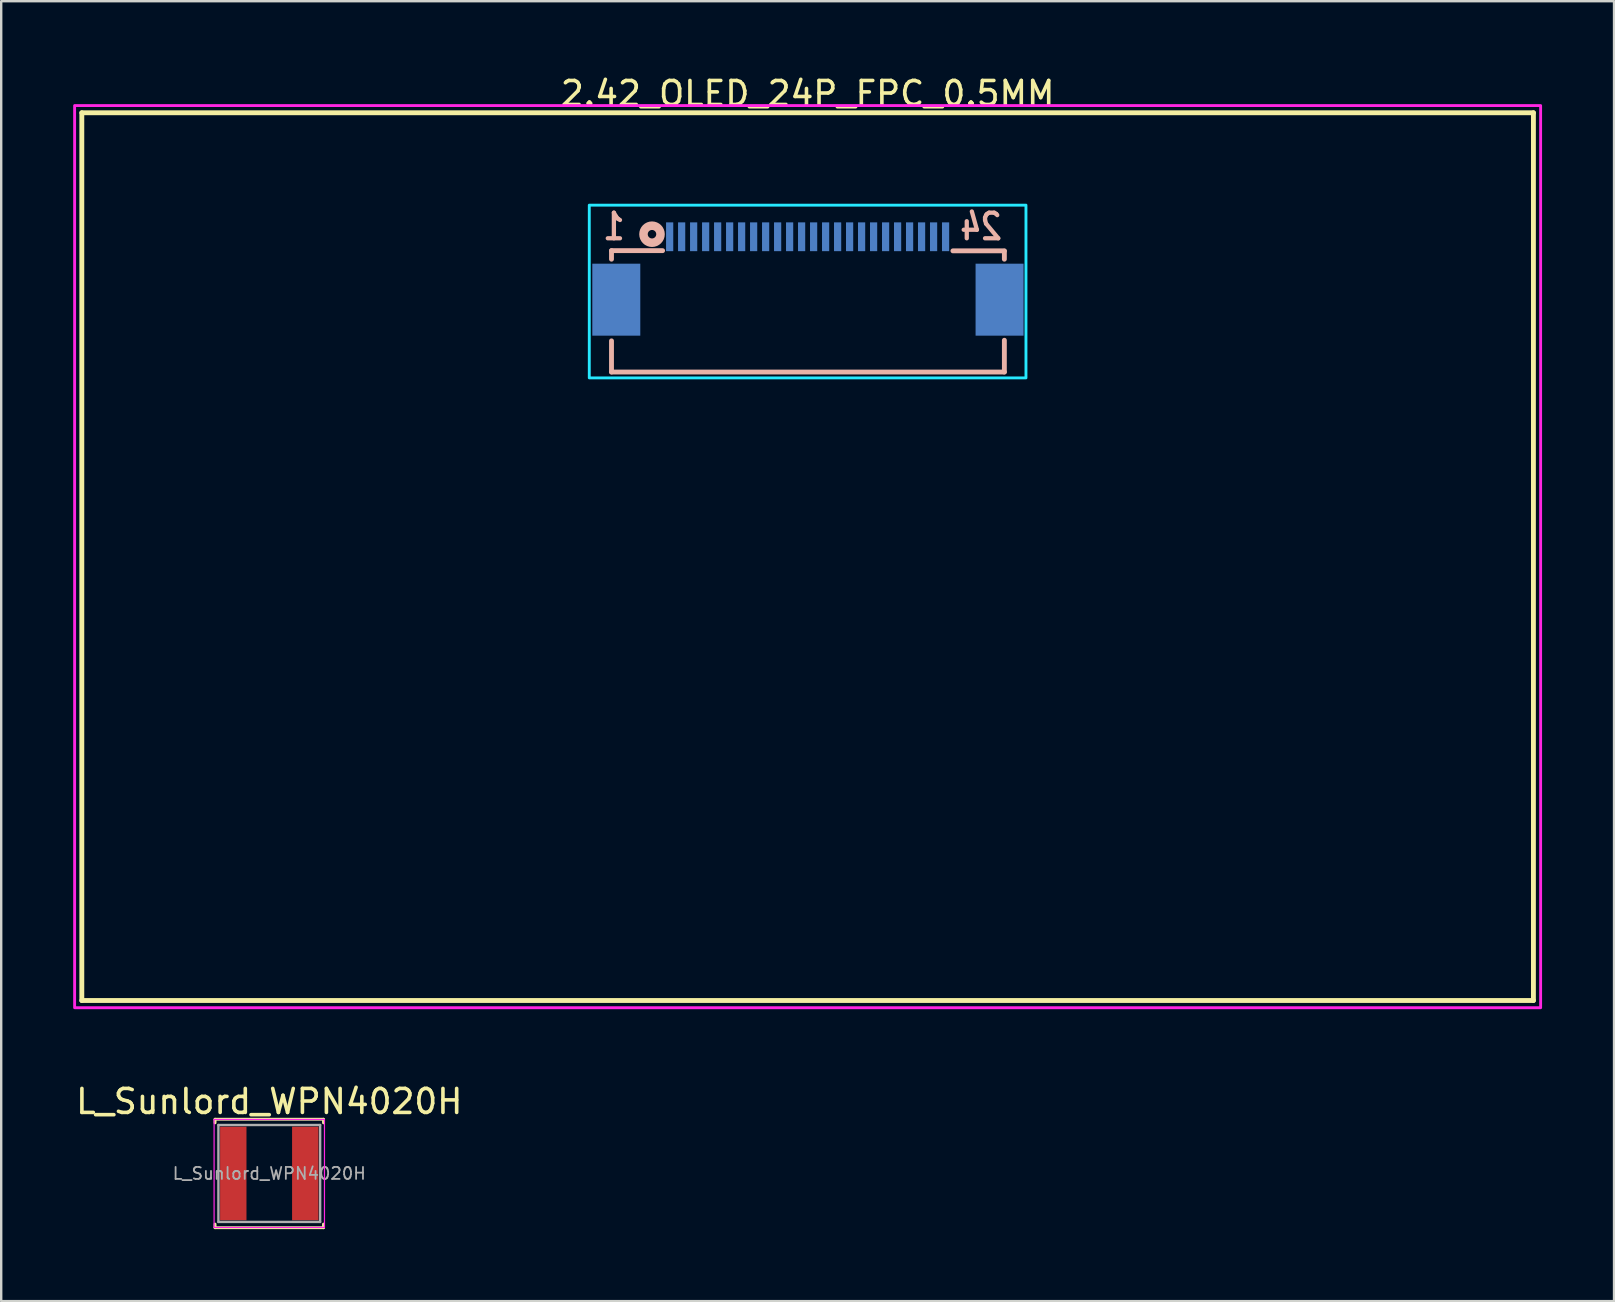
<source format=kicad_pcb>
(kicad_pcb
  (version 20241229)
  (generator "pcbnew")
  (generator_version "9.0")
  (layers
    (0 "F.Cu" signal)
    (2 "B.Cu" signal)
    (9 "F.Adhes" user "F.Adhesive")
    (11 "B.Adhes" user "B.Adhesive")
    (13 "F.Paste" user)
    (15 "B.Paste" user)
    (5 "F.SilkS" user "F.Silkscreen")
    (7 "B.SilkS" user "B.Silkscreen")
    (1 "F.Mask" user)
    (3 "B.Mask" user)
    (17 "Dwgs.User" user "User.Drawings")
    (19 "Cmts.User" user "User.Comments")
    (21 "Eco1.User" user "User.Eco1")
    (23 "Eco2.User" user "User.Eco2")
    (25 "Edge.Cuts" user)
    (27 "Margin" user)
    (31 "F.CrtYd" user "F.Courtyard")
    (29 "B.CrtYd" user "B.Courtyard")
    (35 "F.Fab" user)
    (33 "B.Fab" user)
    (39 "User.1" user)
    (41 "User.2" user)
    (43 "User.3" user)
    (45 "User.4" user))
  (footprint "2.42_OLED_24P_FPC_0.5MM"
    (layer "F.Cu")
    (at 30.61 20.15)
    (property "Reference" "2.42_OLED_24P_FPC_0.5MM" (at -0.000005 -19.302 0) (layer "F.SilkS") (effects (font (size 1 1) (thickness 0.15))))
    (fp_line (start -30.25 -18.5) (end 30.25 -18.5) (stroke (width 0.203) (type solid)) (layer "F.SilkS"))
    (fp_line (start -30.25 18.5) (end -30.25 -18.5) (stroke (width 0.203) (type solid)) (layer "F.SilkS"))
    (fp_line (start -30.25 18.5) (end 30.25 18.5) (stroke (width 0.203) (type solid)) (layer "F.SilkS"))
    (fp_line (start 30.25 18.5) (end 30.25 -18.5) (stroke (width 0.203) (type solid)) (layer "F.SilkS"))
    (fp_line (start -8.174 -12.753) (end -6.044 -12.753) (stroke (width 0.203) (type solid)) (layer "B.SilkS"))
    (fp_line (start -8.174 -12.397) (end -8.174 -12.753) (stroke (width 0.203) (type solid)) (layer "B.SilkS"))
    (fp_line (start -8.174 -7.695) (end -8.174 -8.994) (stroke (width 0.203) (type solid)) (layer "B.SilkS"))
    (fp_line (start -8.174 -7.695) (end 8.2 -7.695) (stroke (width 0.203) (type solid)) (layer "B.SilkS"))
    (fp_line (start 6.055 -12.745) (end 8.2 -12.745) (stroke (width 0.203) (type solid)) (layer "B.SilkS"))
    (fp_line (start 8.189 -12.745) (end 8.2 -12.733) (stroke (width 0.127) (type solid)) (layer "B.SilkS"))
    (fp_line (start 8.2 -12.397) (end 8.2 -12.733) (stroke (width 0.203) (type solid)) (layer "B.SilkS"))
    (fp_line (start 8.2 -7.695) (end 8.2 -9.019) (stroke (width 0.203) (type solid)) (layer "B.SilkS"))
    (fp_circle (center -6.486 -13.439) (end -6.486 -13.616) (stroke (width 0.356) (type solid)) (fill no) (layer "B.SilkS"))
    (fp_rect (start -9.1 -14.65) (end 9.1 -7.45) (stroke (width 0.12) (type default)) (fill no) (layer "B.CrtYd"))
    (fp_rect (start -30.55 -18.8) (end 30.55 18.8) (stroke (width 0.12) (type default)) (fill no) (layer "F.CrtYd"))
    (fp_line (start -27.5 -2.685) (end 27.5 -2.685) (stroke (width 0.12) (type default)) (layer "User.1"))
    (fp_line (start 0 -16.43) (end 0 -2.685) (stroke (width 0.12) (type default)) (layer "User.1"))
    (fp_rect (start -27.5 -16.43) (end 27.5 11.06) (stroke (width 0.12) (type default)) (fill no) (layer "User.1"))
    (fp_text user "1" (at -7.534 -13.129 0) (unlocked yes) (layer "B.SilkS") (effects (font (size 1.067 0.889) (thickness 0.178)) (justify left bottom mirror)))
    (fp_text user "24" (at 8.189 -13.129 0) (unlocked yes) (layer "B.SilkS") (effects (font (size 1.067 0.889) (thickness 0.178)) (justify left bottom mirror)))
    (fp_text user "AA CENTER" (at 0 -2.07 0) (unlocked yes) (layer "User.1") (effects (font (size 1 1) (thickness 0.15)) (justify top)))
    (pad "1" smd rect (at -5.75 -13.332 180) (size 0.3 1.2) (layers "B.Cu" "B.Mask" "B.Paste"))
    (pad "2" smd rect (at -5.25 -13.332 180) (size 0.3 1.2) (layers "B.Cu" "B.Mask" "B.Paste"))
    (pad "3" smd rect (at -4.75 -13.332 180) (size 0.3 1.2) (layers "B.Cu" "B.Mask" "B.Paste"))
    (pad "4" smd rect (at -4.25 -13.332 180) (size 0.3 1.2) (layers "B.Cu" "B.Mask" "B.Paste"))
    (pad "5" smd rect (at -3.75 -13.332 180) (size 0.3 1.2) (layers "B.Cu" "B.Mask" "B.Paste"))
    (pad "6" smd rect (at -3.25 -13.332 180) (size 0.3 1.2) (layers "B.Cu" "B.Mask" "B.Paste"))
    (pad "7" smd rect (at -2.75 -13.332 180) (size 0.3 1.2) (layers "B.Cu" "B.Mask" "B.Paste"))
    (pad "8" smd rect (at -2.25 -13.332 180) (size 0.3 1.2) (layers "B.Cu" "B.Mask" "B.Paste"))
    (pad "9" smd rect (at -1.75 -13.332 180) (size 0.3 1.2) (layers "B.Cu" "B.Mask" "B.Paste"))
    (pad "10" smd rect (at -1.25 -13.332 180) (size 0.3 1.2) (layers "B.Cu" "B.Mask" "B.Paste"))
    (pad "11" smd rect (at -0.75 -13.332 180) (size 0.3 1.2) (layers "B.Cu" "B.Mask" "B.Paste"))
    (pad "12" smd rect (at -0.25 -13.332 180) (size 0.3 1.2) (layers "B.Cu" "B.Mask" "B.Paste"))
    (pad "13" smd rect (at 0.25 -13.332 180) (size 0.3 1.2) (layers "B.Cu" "B.Mask" "B.Paste"))
    (pad "14" smd rect (at 0.75 -13.332 180) (size 0.3 1.2) (layers "B.Cu" "B.Mask" "B.Paste"))
    (pad "15" smd rect (at 1.25 -13.332 180) (size 0.3 1.2) (layers "B.Cu" "B.Mask" "B.Paste"))
    (pad "16" smd rect (at 1.75 -13.332 180) (size 0.3 1.2) (layers "B.Cu" "B.Mask" "B.Paste"))
    (pad "17" smd rect (at 2.25 -13.332 180) (size 0.3 1.2) (layers "B.Cu" "B.Mask" "B.Paste"))
    (pad "18" smd rect (at 2.75 -13.332 180) (size 0.3 1.2) (layers "B.Cu" "B.Mask" "B.Paste"))
    (pad "19" smd rect (at 3.25 -13.332 180) (size 0.3 1.2) (layers "B.Cu" "B.Mask" "B.Paste"))
    (pad "20" smd rect (at 3.75 -13.332 180) (size 0.3 1.2) (layers "B.Cu" "B.Mask" "B.Paste"))
    (pad "21" smd rect (at 4.25 -13.332 180) (size 0.3 1.2) (layers "B.Cu" "B.Mask" "B.Paste"))
    (pad "22" smd rect (at 4.75 -13.332 180) (size 0.3 1.2) (layers "B.Cu" "B.Mask" "B.Paste"))
    (pad "23" smd rect (at 5.25 -13.332 180) (size 0.3 1.2) (layers "B.Cu" "B.Mask" "B.Paste"))
    (pad "24" smd rect (at 5.75 -13.332 180) (size 0.3 1.2) (layers "B.Cu" "B.Mask" "B.Paste"))
    (pad "A" smd rect (at 8 -10.71 180) (size 2 3) (layers "B.Cu" "B.Mask" "B.Paste"))
    (pad "B" smd rect (at -7.974 -10.71 180) (size 2 3) (layers "B.Cu" "B.Mask" "B.Paste")))
  (footprint "L_Sunlord_WPN4020H"
    (layer "F.Cu")
    (at 8.173 45.858)
    (property "Reference" "L_Sunlord_WPN4020H" (at 0 -3 0) (layer "F.SilkS") (effects (font (size 1 1) (thickness 0.15))))
    (attr smd)
    (fp_line (start -2.26 -2.26) (end -2.26 -2.11) (stroke (width 0.12) (type solid)) (layer "F.SilkS"))
    (fp_line (start -2.26 -2.26) (end 2.26 -2.26) (stroke (width 0.12) (type solid)) (layer "F.SilkS"))
    (fp_line (start -2.26 2.26) (end -2.26 2.11) (stroke (width 0.12) (type solid)) (layer "F.SilkS"))
    (fp_line (start -2.26 2.26) (end 2.26 2.26) (stroke (width 0.12) (type solid)) (layer "F.SilkS"))
    (fp_line (start 2.26 -2.26) (end 2.26 -2.11) (stroke (width 0.12) (type solid)) (layer "F.SilkS"))
    (fp_line (start 2.26 2.26) (end 2.26 2.11) (stroke (width 0.12) (type solid)) (layer "F.SilkS"))
    (fp_line (start -2.3 -2.25) (end -2.3 2.25) (stroke (width 0.05) (type solid)) (layer "F.CrtYd"))
    (fp_line (start -2.3 2.25) (end 2.3 2.25) (stroke (width 0.05) (type solid)) (layer "F.CrtYd"))
    (fp_line (start 2.3 -2.25) (end -2.3 -2.25) (stroke (width 0.05) (type solid)) (layer "F.CrtYd"))
    (fp_line (start 2.3 2.25) (end 2.3 -2.25) (stroke (width 0.05) (type solid)) (layer "F.CrtYd"))
    (fp_line (start -2.12 -2.02) (end -2.12 2.02) (stroke (width 0.1) (type solid)) (layer "F.Fab"))
    (fp_line (start -2.12 2.02) (end 2.12 2.02) (stroke (width 0.1) (type solid)) (layer "F.Fab"))
    (fp_line (start 2.12 -2.02) (end -2.12 -2.02) (stroke (width 0.1) (type solid)) (layer "F.Fab"))
    (fp_line (start 2.12 2.02) (end 2.12 -2.02) (stroke (width 0.1) (type solid)) (layer "F.Fab"))
    (fp_text user "${REFERENCE}" (at 0 0 0) (layer "F.Fab") (effects (font (size 0.5 0.5) (thickness 0.075))))
    (pad "1" smd rect (at -1.5 0) (size 1.1 3.9) (layers "F.Cu" "F.Mask" "F.Paste"))
    (pad "2" smd rect (at 1.5 0) (size 1.1 3.9) (layers "F.Cu" "F.Mask" "F.Paste")))
  (gr_rect
    (start -3 -3)
    (end 64.22 51.178)
    (stroke (width 0.1) (type default))
    (fill no)
    (layer "Edge.Cuts")))
</source>
